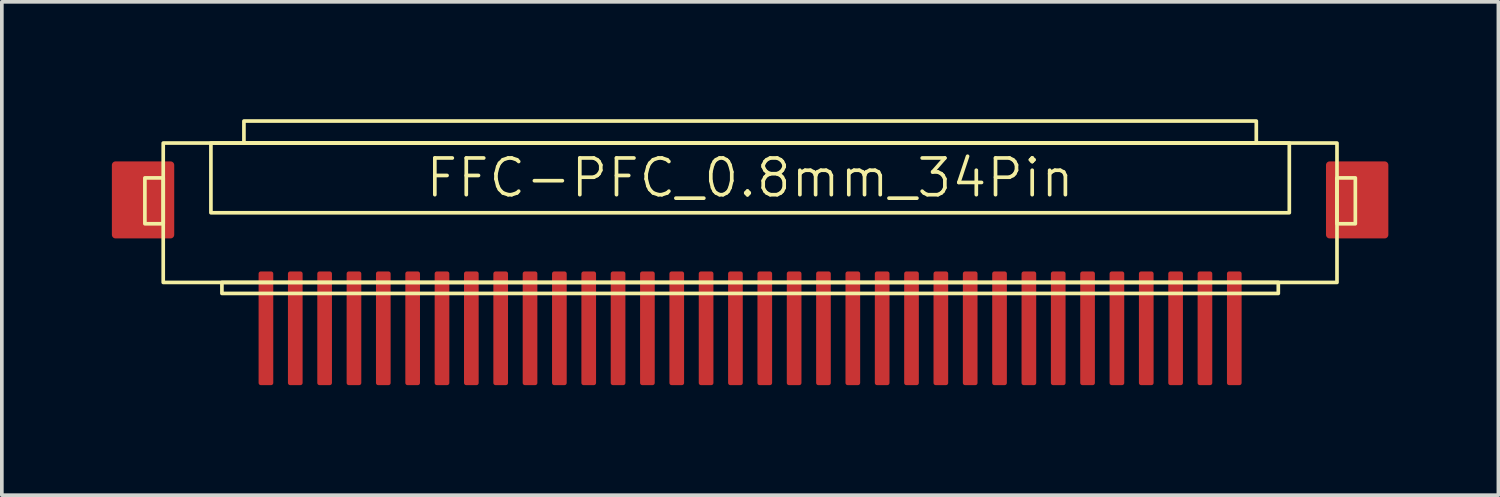
<source format=kicad_pcb>
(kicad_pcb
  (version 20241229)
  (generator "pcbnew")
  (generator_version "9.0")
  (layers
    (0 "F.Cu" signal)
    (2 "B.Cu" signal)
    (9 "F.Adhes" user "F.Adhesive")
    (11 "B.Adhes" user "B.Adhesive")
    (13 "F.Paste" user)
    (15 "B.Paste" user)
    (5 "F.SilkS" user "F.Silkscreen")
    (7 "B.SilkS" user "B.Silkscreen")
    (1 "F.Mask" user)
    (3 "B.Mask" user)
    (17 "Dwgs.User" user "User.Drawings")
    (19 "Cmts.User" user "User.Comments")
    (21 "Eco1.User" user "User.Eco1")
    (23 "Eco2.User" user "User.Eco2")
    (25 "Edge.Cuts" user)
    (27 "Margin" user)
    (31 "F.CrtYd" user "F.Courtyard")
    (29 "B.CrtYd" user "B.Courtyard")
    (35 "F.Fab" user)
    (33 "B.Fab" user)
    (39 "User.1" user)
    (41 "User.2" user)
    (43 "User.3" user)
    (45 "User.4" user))
  (footprint "FFC-PFC_0.8mm_34Pin"
    (layer "F.Cu")
    (at 17.4 2.8)
    (property "Reference" "FFC-PFC_0.8mm_34Pin" (at 0 -1 0) (unlocked yes) (layer "F.SilkS") (effects (font (size 1 1) (thickness 0.1))))
    (attr smd)
    (fp_rect (start -17.3 -1.35) (end -15.8 0.55) (stroke (width 0.2) (type solid)) (fill yes) (layer "F.Cu"))
    (fp_rect (start 15.8 -1.35) (end 17.3 0.55) (stroke (width 0.2) (type solid)) (fill yes) (layer "F.Cu"))
    (fp_rect (start -16.5 -1) (end -16 0.25) (stroke (width 0.1) (type default)) (fill no) (layer "F.SilkS"))
    (fp_rect (start -16 -1.95) (end 16 1.85) (stroke (width 0.1) (type default)) (fill no) (layer "F.SilkS"))
    (fp_rect (start -14.7 -1.95) (end 14.7 -0.05) (stroke (width 0.1) (type solid)) (fill no) (layer "F.SilkS"))
    (fp_rect (start -14.4 1.85) (end 14.4 2.15) (stroke (width 0.1) (type default)) (fill no) (layer "F.SilkS"))
    (fp_rect (start -13.8 -2.55) (end 13.8 -1.95) (stroke (width 0.1) (type solid)) (fill no) (layer "F.SilkS"))
    (fp_rect (start 16 -1) (end 16.5 0.25) (stroke (width 0.1) (type default)) (fill no) (layer "F.SilkS"))
    (fp_rect (start -17 -2.75) (end 17 2.5) (stroke (width 0.1) (type default)) (fill no) (layer "Margin"))
    (pad "1" smd roundrect (at -13.2 3.1) (size 0.4 3.1) (layers "F.Cu" "F.Mask" "F.Paste") (roundrect_rratio 0.15))
    (pad "2" smd roundrect (at -12.4 3.1) (size 0.4 3.1) (layers "F.Cu" "F.Mask" "F.Paste") (roundrect_rratio 0.15))
    (pad "3" smd roundrect (at -11.6 3.1) (size 0.4 3.1) (layers "F.Cu" "F.Mask" "F.Paste") (roundrect_rratio 0.15))
    (pad "4" smd roundrect (at -10.8 3.1) (size 0.4 3.1) (layers "F.Cu" "F.Mask" "F.Paste") (roundrect_rratio 0.15))
    (pad "5" smd roundrect (at -10 3.1) (size 0.4 3.1) (layers "F.Cu" "F.Mask" "F.Paste") (roundrect_rratio 0.15))
    (pad "6" smd roundrect (at -9.2 3.1) (size 0.4 3.1) (layers "F.Cu" "F.Mask" "F.Paste") (roundrect_rratio 0.15))
    (pad "7" smd roundrect (at -8.4 3.1) (size 0.4 3.1) (layers "F.Cu" "F.Mask" "F.Paste") (roundrect_rratio 0.15))
    (pad "8" smd roundrect (at -7.6 3.1) (size 0.4 3.1) (layers "F.Cu" "F.Mask" "F.Paste") (roundrect_rratio 0.15))
    (pad "9" smd roundrect (at -6.8 3.1) (size 0.4 3.1) (layers "F.Cu" "F.Mask" "F.Paste") (roundrect_rratio 0.15))
    (pad "10" smd roundrect (at -6 3.1) (size 0.4 3.1) (layers "F.Cu" "F.Mask" "F.Paste") (roundrect_rratio 0.15))
    (pad "11" smd roundrect (at -5.2 3.1) (size 0.4 3.1) (layers "F.Cu" "F.Mask" "F.Paste") (roundrect_rratio 0.15))
    (pad "12" smd roundrect (at -4.4 3.1) (size 0.4 3.1) (layers "F.Cu" "F.Mask" "F.Paste") (roundrect_rratio 0.15))
    (pad "13" smd roundrect (at -3.6 3.1) (size 0.4 3.1) (layers "F.Cu" "F.Mask" "F.Paste") (roundrect_rratio 0.15))
    (pad "14" smd roundrect (at -2.8 3.1) (size 0.4 3.1) (layers "F.Cu" "F.Mask" "F.Paste") (roundrect_rratio 0.15))
    (pad "15" smd roundrect (at -2 3.1) (size 0.4 3.1) (layers "F.Cu" "F.Mask" "F.Paste") (roundrect_rratio 0.15))
    (pad "16" smd roundrect (at -1.2 3.1) (size 0.4 3.1) (layers "F.Cu" "F.Mask" "F.Paste") (roundrect_rratio 0.15))
    (pad "17" smd roundrect (at -0.4 3.1) (size 0.4 3.1) (layers "F.Cu" "F.Mask" "F.Paste") (roundrect_rratio 0.15))
    (pad "18" smd roundrect (at 0.4 3.1) (size 0.4 3.1) (layers "F.Cu" "F.Mask" "F.Paste") (roundrect_rratio 0.15))
    (pad "19" smd roundrect (at 1.2 3.1) (size 0.4 3.1) (layers "F.Cu" "F.Mask" "F.Paste") (roundrect_rratio 0.15))
    (pad "20" smd roundrect (at 2 3.1) (size 0.4 3.1) (layers "F.Cu" "F.Mask" "F.Paste") (roundrect_rratio 0.15))
    (pad "21" smd roundrect (at 2.8 3.1) (size 0.4 3.1) (layers "F.Cu" "F.Mask" "F.Paste") (roundrect_rratio 0.15))
    (pad "22" smd roundrect (at 3.6 3.1) (size 0.4 3.1) (layers "F.Cu" "F.Mask" "F.Paste") (roundrect_rratio 0.15))
    (pad "23" smd roundrect (at 4.4 3.1) (size 0.4 3.1) (layers "F.Cu" "F.Mask" "F.Paste") (roundrect_rratio 0.15))
    (pad "24" smd roundrect (at 5.2 3.1) (size 0.4 3.1) (layers "F.Cu" "F.Mask" "F.Paste") (roundrect_rratio 0.15))
    (pad "25" smd roundrect (at 6 3.1) (size 0.4 3.1) (layers "F.Cu" "F.Mask" "F.Paste") (roundrect_rratio 0.15))
    (pad "26" smd roundrect (at 6.8 3.1) (size 0.4 3.1) (layers "F.Cu" "F.Mask" "F.Paste") (roundrect_rratio 0.15))
    (pad "27" smd roundrect (at 7.6 3.1) (size 0.4 3.1) (layers "F.Cu" "F.Mask" "F.Paste") (roundrect_rratio 0.15))
    (pad "28" smd roundrect (at 8.4 3.1) (size 0.4 3.1) (layers "F.Cu" "F.Mask" "F.Paste") (roundrect_rratio 0.15))
    (pad "29" smd roundrect (at 9.2 3.1) (size 0.4 3.1) (layers "F.Cu" "F.Mask" "F.Paste") (roundrect_rratio 0.15))
    (pad "30" smd roundrect (at 10 3.1) (size 0.4 3.1) (layers "F.Cu" "F.Mask" "F.Paste") (roundrect_rratio 0.15))
    (pad "31" smd roundrect (at 10.8 3.1) (size 0.4 3.1) (layers "F.Cu" "F.Mask" "F.Paste") (roundrect_rratio 0.15))
    (pad "32" smd roundrect (at 11.6 3.1) (size 0.4 3.1) (layers "F.Cu" "F.Mask" "F.Paste") (roundrect_rratio 0.15))
    (pad "33" smd roundrect (at 12.4 3.1) (size 0.4 3.1) (layers "F.Cu" "F.Mask" "F.Paste") (roundrect_rratio 0.15))
    (pad "34" smd roundrect (at 13.2 3.1) (size 0.4 3.1) (layers "F.Cu" "F.Mask" "F.Paste") (roundrect_rratio 0.15)))
  (gr_rect
    (start -3 -3)
    (end 37.8 10.45)
    (stroke (width 0.1) (type default))
    (fill no)
    (layer "Edge.Cuts")))
</source>
